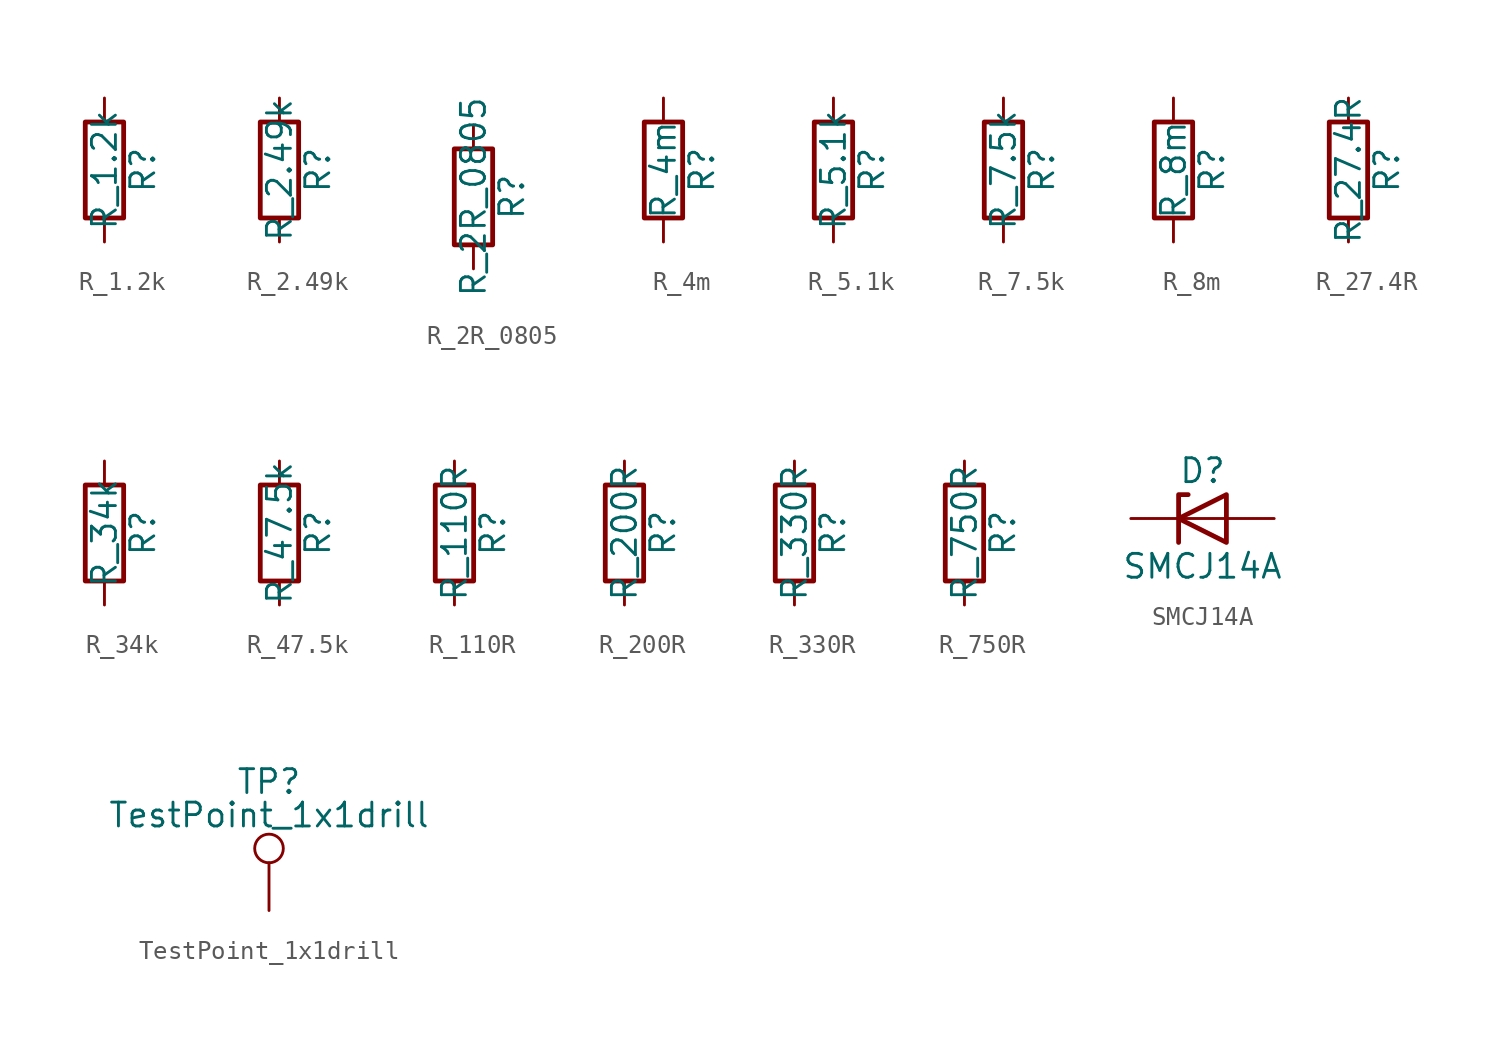
<source format=kicad_sym>
(kicad_symbol_lib
  (version 20220914)
  (generator kicad_symbol_editor)
  (symbol "R_1.2k"
    (pin_numbers hide)
    (pin_names
      (offset 0))
    (property "Reference" "R"
      (at 2.032 0 90)
      (effects (font (size 1.27 1.27))))
    (property "Value" "R_1.2k"
      (at 0 0 90)
      (effects (font (size 1.27 1.27))))
    (symbol "R_1.2k_0_1"
      (rectangle (start -1.016 -2.54) (end 1.016 2.54) (stroke (width 0.254) (type default)) (fill (type none))))
    (symbol "R_1.2k_1_1"
      (pin passive line (at 0 3.81 270) (length 1.27) (name "~" (effects (font (size 1.27 1.27)))) (number "1" (effects (font (size 1.27 1.27)))))
      (pin passive line (at 0 -3.81 90) (length 1.27) (name "~" (effects (font (size 1.27 1.27)))) (number "2" (effects (font (size 1.27 1.27)))))))
  (symbol "R_2.49k"
    (pin_numbers hide)
    (pin_names
      (offset 0))
    (property "Reference" "R"
      (at 2.032 0 90)
      (effects (font (size 1.27 1.27))))
    (property "Value" "R_2.49k"
      (at 0 0 90)
      (effects (font (size 1.27 1.27))))
    (symbol "R_2.49k_0_1"
      (rectangle (start -1.016 -2.54) (end 1.016 2.54) (stroke (width 0.254) (type default)) (fill (type none))))
    (symbol "R_2.49k_1_1"
      (pin passive line (at 0 3.81 270) (length 1.27) (name "~" (effects (font (size 1.27 1.27)))) (number "1" (effects (font (size 1.27 1.27)))))
      (pin passive line (at 0 -3.81 90) (length 1.27) (name "~" (effects (font (size 1.27 1.27)))) (number "2" (effects (font (size 1.27 1.27)))))))
  (symbol "R_2R_0805"
    (pin_numbers hide)
    (pin_names
      (offset 0))
    (property "Reference" "R"
      (at 2.032 0 90)
      (effects (font (size 1.27 1.27))))
    (property "Value" "R_2R_0805"
      (at 0 0 90)
      (effects (font (size 1.27 1.27))))
    (symbol "R_2R_0805_0_1"
      (rectangle (start -1.016 -2.54) (end 1.016 2.54) (stroke (width 0.254) (type default)) (fill (type none))))
    (symbol "R_2R_0805_1_1"
      (pin passive line (at 0 3.81 270) (length 1.27) (name "~" (effects (font (size 1.27 1.27)))) (number "1" (effects (font (size 1.27 1.27)))))
      (pin passive line (at 0 -3.81 90) (length 1.27) (name "~" (effects (font (size 1.27 1.27)))) (number "2" (effects (font (size 1.27 1.27)))))))
  (symbol "R_4m"
    (pin_numbers hide)
    (pin_names
      (offset 0))
    (property "Reference" "R"
      (at 2.032 0 90)
      (effects (font (size 1.27 1.27))))
    (property "Value" "R_4m"
      (at 0 0 90)
      (effects (font (size 1.27 1.27))))
    (symbol "R_4m_0_1"
      (rectangle (start -1.016 -2.54) (end 1.016 2.54) (stroke (width 0.254) (type default)) (fill (type none))))
    (symbol "R_4m_1_1"
      (pin passive line (at 0 3.81 270) (length 1.27) (name "~" (effects (font (size 1.27 1.27)))) (number "1" (effects (font (size 1.27 1.27)))))
      (pin passive line (at 0 -3.81 90) (length 1.27) (name "~" (effects (font (size 1.27 1.27)))) (number "2" (effects (font (size 1.27 1.27)))))))
  (symbol "R_5.1k"
    (pin_numbers hide)
    (pin_names
      (offset 0))
    (property "Reference" "R"
      (at 2.032 0 90)
      (effects (font (size 1.27 1.27))))
    (property "Value" "R_5.1k"
      (at 0 0 90)
      (effects (font (size 1.27 1.27))))
    (symbol "R_5.1k_0_1"
      (rectangle (start -1.016 -2.54) (end 1.016 2.54) (stroke (width 0.254) (type default)) (fill (type none))))
    (symbol "R_5.1k_1_1"
      (pin passive line (at 0 3.81 270) (length 1.27) (name "~" (effects (font (size 1.27 1.27)))) (number "1" (effects (font (size 1.27 1.27)))))
      (pin passive line (at 0 -3.81 90) (length 1.27) (name "~" (effects (font (size 1.27 1.27)))) (number "2" (effects (font (size 1.27 1.27)))))))
  (symbol "R_7.5k"
    (pin_numbers hide)
    (pin_names
      (offset 0))
    (property "Reference" "R"
      (at 2.032 0 90)
      (effects (font (size 1.27 1.27))))
    (property "Value" "R_7.5k"
      (at 0 0 90)
      (effects (font (size 1.27 1.27))))
    (symbol "R_7.5k_0_1"
      (rectangle (start -1.016 -2.54) (end 1.016 2.54) (stroke (width 0.254) (type default)) (fill (type none))))
    (symbol "R_7.5k_1_1"
      (pin passive line (at 0 3.81 270) (length 1.27) (name "~" (effects (font (size 1.27 1.27)))) (number "1" (effects (font (size 1.27 1.27)))))
      (pin passive line (at 0 -3.81 90) (length 1.27) (name "~" (effects (font (size 1.27 1.27)))) (number "2" (effects (font (size 1.27 1.27)))))))
  (symbol "R_8m"
    (pin_numbers hide)
    (pin_names
      (offset 0))
    (property "Reference" "R"
      (at 2.032 0 90)
      (effects (font (size 1.27 1.27))))
    (property "Value" "R_8m"
      (at 0 0 90)
      (effects (font (size 1.27 1.27))))
    (symbol "R_8m_0_1"
      (rectangle (start -1.016 -2.54) (end 1.016 2.54) (stroke (width 0.254) (type default)) (fill (type none))))
    (symbol "R_8m_1_1"
      (pin passive line (at 0 3.81 270) (length 1.27) (name "~" (effects (font (size 1.27 1.27)))) (number "1" (effects (font (size 1.27 1.27)))))
      (pin passive line (at 0 -3.81 90) (length 1.27) (name "~" (effects (font (size 1.27 1.27)))) (number "2" (effects (font (size 1.27 1.27)))))))
  (symbol "R_27.4R"
    (pin_numbers hide)
    (pin_names
      (offset 0))
    (property "Reference" "R"
      (at 2.032 0 90)
      (effects (font (size 1.27 1.27))))
    (property "Value" "R_27.4R"
      (at 0 0 90)
      (effects (font (size 1.27 1.27))))
    (symbol "R_27.4R_0_1"
      (rectangle (start -1.016 -2.54) (end 1.016 2.54) (stroke (width 0.254) (type default)) (fill (type none))))
    (symbol "R_27.4R_1_1"
      (pin passive line (at 0 3.81 270) (length 1.27) (name "~" (effects (font (size 1.27 1.27)))) (number "1" (effects (font (size 1.27 1.27)))))
      (pin passive line (at 0 -3.81 90) (length 1.27) (name "~" (effects (font (size 1.27 1.27)))) (number "2" (effects (font (size 1.27 1.27)))))))
  (symbol "R_34k"
    (pin_numbers hide)
    (pin_names
      (offset 0))
    (property "Reference" "R"
      (at 2.032 0 90)
      (effects (font (size 1.27 1.27))))
    (property "Value" "R_34k"
      (at 0 0 90)
      (effects (font (size 1.27 1.27))))
    (symbol "R_34k_0_1"
      (rectangle (start -1.016 -2.54) (end 1.016 2.54) (stroke (width 0.254) (type default)) (fill (type none))))
    (symbol "R_34k_1_1"
      (pin passive line (at 0 3.81 270) (length 1.27) (name "~" (effects (font (size 1.27 1.27)))) (number "1" (effects (font (size 1.27 1.27)))))
      (pin passive line (at 0 -3.81 90) (length 1.27) (name "~" (effects (font (size 1.27 1.27)))) (number "2" (effects (font (size 1.27 1.27)))))))
  (symbol "R_47.5k"
    (pin_numbers hide)
    (pin_names
      (offset 0))
    (property "Reference" "R"
      (at 2.032 0 90)
      (effects (font (size 1.27 1.27))))
    (property "Value" "R_47.5k"
      (at 0 0 90)
      (effects (font (size 1.27 1.27))))
    (symbol "R_47.5k_0_1"
      (rectangle (start -1.016 -2.54) (end 1.016 2.54) (stroke (width 0.254) (type default)) (fill (type none))))
    (symbol "R_47.5k_1_1"
      (pin passive line (at 0 3.81 270) (length 1.27) (name "~" (effects (font (size 1.27 1.27)))) (number "1" (effects (font (size 1.27 1.27)))))
      (pin passive line (at 0 -3.81 90) (length 1.27) (name "~" (effects (font (size 1.27 1.27)))) (number "2" (effects (font (size 1.27 1.27)))))))
  (symbol "R_110R"
    (pin_numbers hide)
    (pin_names
      (offset 0))
    (property "Reference" "R"
      (at 2.032 0 90)
      (effects (font (size 1.27 1.27))))
    (property "Value" "R_110R"
      (at 0 0 90)
      (effects (font (size 1.27 1.27))))
    (symbol "R_110R_0_1"
      (rectangle (start -1.016 -2.54) (end 1.016 2.54) (stroke (width 0.254) (type default)) (fill (type none))))
    (symbol "R_110R_1_1"
      (pin passive line (at 0 3.81 270) (length 1.27) (name "~" (effects (font (size 1.27 1.27)))) (number "1" (effects (font (size 1.27 1.27)))))
      (pin passive line (at 0 -3.81 90) (length 1.27) (name "~" (effects (font (size 1.27 1.27)))) (number "2" (effects (font (size 1.27 1.27)))))))
  (symbol "R_200R"
    (pin_numbers hide)
    (pin_names
      (offset 0))
    (property "Reference" "R"
      (at 2.032 0 90)
      (effects (font (size 1.27 1.27))))
    (property "Value" "R_200R"
      (at 0 0 90)
      (effects (font (size 1.27 1.27))))
    (symbol "R_200R_0_1"
      (rectangle (start -1.016 -2.54) (end 1.016 2.54) (stroke (width 0.254) (type default)) (fill (type none))))
    (symbol "R_200R_1_1"
      (pin passive line (at 0 3.81 270) (length 1.27) (name "~" (effects (font (size 1.27 1.27)))) (number "1" (effects (font (size 1.27 1.27)))))
      (pin passive line (at 0 -3.81 90) (length 1.27) (name "~" (effects (font (size 1.27 1.27)))) (number "2" (effects (font (size 1.27 1.27)))))))
  (symbol "R_330R"
    (pin_numbers hide)
    (pin_names
      (offset 0))
    (property "Reference" "R"
      (at 2.032 0 90)
      (effects (font (size 1.27 1.27))))
    (property "Value" "R_330R"
      (at 0 0 90)
      (effects (font (size 1.27 1.27))))
    (symbol "R_330R_0_1"
      (rectangle (start -1.016 -2.54) (end 1.016 2.54) (stroke (width 0.254) (type default)) (fill (type none))))
    (symbol "R_330R_1_1"
      (pin passive line (at 0 3.81 270) (length 1.27) (name "~" (effects (font (size 1.27 1.27)))) (number "1" (effects (font (size 1.27 1.27)))))
      (pin passive line (at 0 -3.81 90) (length 1.27) (name "~" (effects (font (size 1.27 1.27)))) (number "2" (effects (font (size 1.27 1.27)))))))
  (symbol "R_750R"
    (pin_numbers hide)
    (pin_names
      (offset 0))
    (property "Reference" "R"
      (at 2.032 0 90)
      (effects (font (size 1.27 1.27))))
    (property "Value" "R_750R"
      (at 0 0 90)
      (effects (font (size 1.27 1.27))))
    (symbol "R_750R_0_1"
      (rectangle (start -1.016 -2.54) (end 1.016 2.54) (stroke (width 0.254) (type default)) (fill (type none))))
    (symbol "R_750R_1_1"
      (pin passive line (at 0 3.81 270) (length 1.27) (name "~" (effects (font (size 1.27 1.27)))) (number "1" (effects (font (size 1.27 1.27)))))
      (pin passive line (at 0 -3.81 90) (length 1.27) (name "~" (effects (font (size 1.27 1.27)))) (number "2" (effects (font (size 1.27 1.27)))))))
  (symbol "SMCJ14A"
    (pin_numbers hide)
    (pin_names
      (offset 1.016) hide)
    (property "Reference" "D"
      (at 0 2.54 0)
      (effects (font (size 1.27 1.27))))
    (property "Value" "SMCJ14A"
      (at 0 -2.54 0)
      (effects (font (size 1.27 1.27))))
    (symbol "SMCJ14A_0_1"
      (polyline (pts (xy 1.27 0) (xy -1.27 0)) (stroke (width 0) (type default)) (fill (type none)))
      (polyline (pts (xy -1.27 -1.27) (xy -1.27 1.27) (xy -0.762 1.27)) (stroke (width 0.254) (type default)) (fill (type none)))
      (polyline (pts (xy 1.27 -1.27) (xy 1.27 1.27) (xy -1.27 0) (xy 1.27 -1.27)) (stroke (width 0.254) (type default)) (fill (type none))))
    (symbol "SMCJ14A_1_1"
      (pin passive line (at -3.81 0 0) (length 2.54) (name "K" (effects (font (size 1.27 1.27)))) (number "1" (effects (font (size 1.27 1.27)))))
      (pin passive line (at 3.81 0 180) (length 2.54) (name "A" (effects (font (size 1.27 1.27)))) (number "2" (effects (font (size 1.27 1.27)))))))
  (symbol "TestPoint_1x1drill"
    (pin_numbers hide)
    (pin_names
      (offset 0.762) hide)
    (property "Reference" "TP"
      (at 0 6.858 0)
      (effects (font (size 1.27 1.27))))
    (property "Value" "TestPoint_1x1drill"
      (at 0 5.08 0)
      (effects (font (size 1.27 1.27))))
    (symbol "TestPoint_1x1drill_0_1"
      (circle (center 0 3.302) (radius 0.762) (stroke (width 0) (type default)) (fill (type none))))
    (symbol "TestPoint_1x1drill_1_1"
      (pin passive line (at 0 0 90) (length 2.54) (name "1" (effects (font (size 1.27 1.27)))) (number "1" (effects (font (size 1.27 1.27))))))))
</source>
